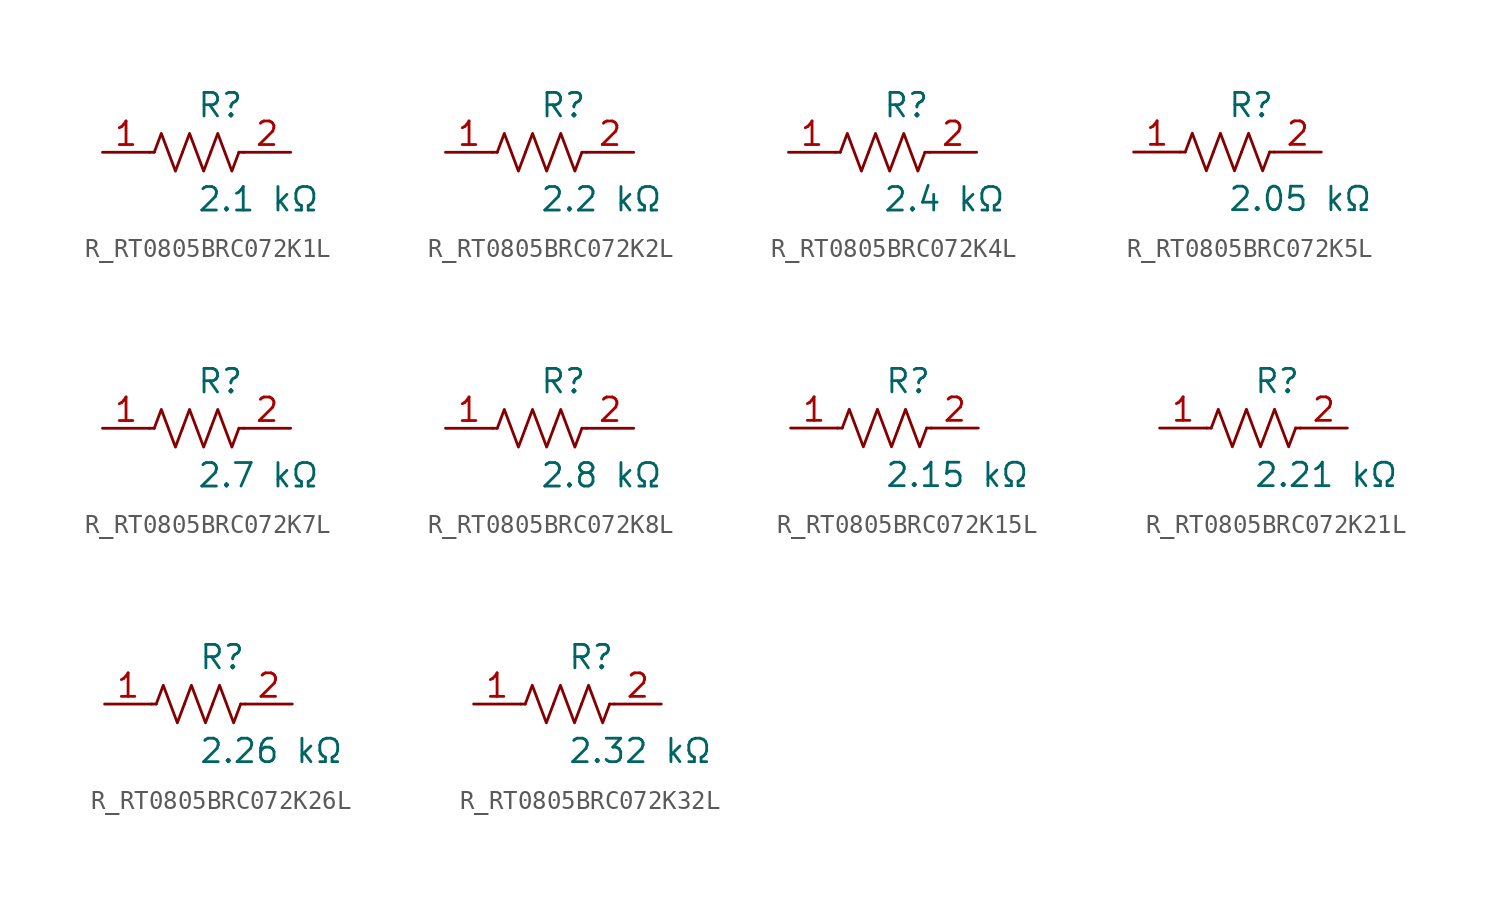
<source format=kicad_sym>
(kicad_symbol_lib
  (version 20231120)
  (generator kicad_symbol_editor)
  (generator_version 8.0)
  (symbol "R_RT0805BRC072K1L"
    (pin_names
      (offset 0.254))
    (property "Reference" "R"
      (at 0.0 2.54 0)
      (effects (font (size 1.27 1.27)) (justify left)))
    (property "Value" "2.1 kΩ"
      (at 0.0 -2.54 0)
      (effects (font (size 1.27 1.27)) (justify left)))
    (symbol "R_RT0805BRC072K1L_0_1"
      (polyline (pts (xy 2.286 0) (xy 2.54 0)) (stroke (width 0) (type default)) (fill (type none)))
      (polyline (pts (xy -2.286 0) (xy -2.54 0)) (stroke (width 0) (type default)) (fill (type none)))
      (polyline (pts (xy 0.762 0) (xy 1.143 1.016) (xy 1.524 0) (xy 1.905 -1.016) (xy 2.286 0)) (stroke (width 0) (type default)) (fill (type none)))
      (polyline (pts (xy -0.762 0) (xy -0.381 1.016) (xy 0 0) (xy 0.381 -1.016) (xy 0.762 0)) (stroke (width 0) (type default)) (fill (type none)))
      (polyline (pts (xy -2.286 0) (xy -1.905 1.016) (xy -1.524 0) (xy -1.143 -1.016) (xy -0.762 0)) (stroke (width 0) (type default)) (fill (type none))))
    (pin unspecified line
      (at -5.08 0 0)
      (length 2.54)
      (name "" (effects (font (size 1.27 1.27))))
      (number "1" (effects (font (size 1.27 1.27)))))
    (pin unspecified line
      (at 5.08 0 180)
      (length 2.54)
      (name "" (effects (font (size 1.27 1.27))))
      (number "2" (effects (font (size 1.27 1.27))))))
  (symbol "R_RT0805BRC072K2L"
    (pin_names
      (offset 0.254))
    (property "Reference" "R"
      (at 0.0 2.54 0)
      (effects (font (size 1.27 1.27)) (justify left)))
    (property "Value" "2.2 kΩ"
      (at 0.0 -2.54 0)
      (effects (font (size 1.27 1.27)) (justify left)))
    (symbol "R_RT0805BRC072K2L_0_1"
      (polyline (pts (xy 2.286 0) (xy 2.54 0)) (stroke (width 0) (type default)) (fill (type none)))
      (polyline (pts (xy -2.286 0) (xy -2.54 0)) (stroke (width 0) (type default)) (fill (type none)))
      (polyline (pts (xy 0.762 0) (xy 1.143 1.016) (xy 1.524 0) (xy 1.905 -1.016) (xy 2.286 0)) (stroke (width 0) (type default)) (fill (type none)))
      (polyline (pts (xy -0.762 0) (xy -0.381 1.016) (xy 0 0) (xy 0.381 -1.016) (xy 0.762 0)) (stroke (width 0) (type default)) (fill (type none)))
      (polyline (pts (xy -2.286 0) (xy -1.905 1.016) (xy -1.524 0) (xy -1.143 -1.016) (xy -0.762 0)) (stroke (width 0) (type default)) (fill (type none))))
    (pin unspecified line
      (at -5.08 0 0)
      (length 2.54)
      (name "" (effects (font (size 1.27 1.27))))
      (number "1" (effects (font (size 1.27 1.27)))))
    (pin unspecified line
      (at 5.08 0 180)
      (length 2.54)
      (name "" (effects (font (size 1.27 1.27))))
      (number "2" (effects (font (size 1.27 1.27))))))
  (symbol "R_RT0805BRC072K4L"
    (pin_names
      (offset 0.254))
    (property "Reference" "R"
      (at 0.0 2.54 0)
      (effects (font (size 1.27 1.27)) (justify left)))
    (property "Value" "2.4 kΩ"
      (at 0.0 -2.54 0)
      (effects (font (size 1.27 1.27)) (justify left)))
    (symbol "R_RT0805BRC072K4L_0_1"
      (polyline (pts (xy 2.286 0) (xy 2.54 0)) (stroke (width 0) (type default)) (fill (type none)))
      (polyline (pts (xy -2.286 0) (xy -2.54 0)) (stroke (width 0) (type default)) (fill (type none)))
      (polyline (pts (xy 0.762 0) (xy 1.143 1.016) (xy 1.524 0) (xy 1.905 -1.016) (xy 2.286 0)) (stroke (width 0) (type default)) (fill (type none)))
      (polyline (pts (xy -0.762 0) (xy -0.381 1.016) (xy 0 0) (xy 0.381 -1.016) (xy 0.762 0)) (stroke (width 0) (type default)) (fill (type none)))
      (polyline (pts (xy -2.286 0) (xy -1.905 1.016) (xy -1.524 0) (xy -1.143 -1.016) (xy -0.762 0)) (stroke (width 0) (type default)) (fill (type none))))
    (pin unspecified line
      (at -5.08 0 0)
      (length 2.54)
      (name "" (effects (font (size 1.27 1.27))))
      (number "1" (effects (font (size 1.27 1.27)))))
    (pin unspecified line
      (at 5.08 0 180)
      (length 2.54)
      (name "" (effects (font (size 1.27 1.27))))
      (number "2" (effects (font (size 1.27 1.27))))))
  (symbol "R_RT0805BRC072K5L"
    (pin_names
      (offset 0.254))
    (property "Reference" "R"
      (at 0.0 2.54 0)
      (effects (font (size 1.27 1.27)) (justify left)))
    (property "Value" "2.05 kΩ"
      (at 0.0 -2.54 0)
      (effects (font (size 1.27 1.27)) (justify left)))
    (symbol "R_RT0805BRC072K5L_0_1"
      (polyline (pts (xy 2.286 0) (xy 2.54 0)) (stroke (width 0) (type default)) (fill (type none)))
      (polyline (pts (xy -2.286 0) (xy -2.54 0)) (stroke (width 0) (type default)) (fill (type none)))
      (polyline (pts (xy 0.762 0) (xy 1.143 1.016) (xy 1.524 0) (xy 1.905 -1.016) (xy 2.286 0)) (stroke (width 0) (type default)) (fill (type none)))
      (polyline (pts (xy -0.762 0) (xy -0.381 1.016) (xy 0 0) (xy 0.381 -1.016) (xy 0.762 0)) (stroke (width 0) (type default)) (fill (type none)))
      (polyline (pts (xy -2.286 0) (xy -1.905 1.016) (xy -1.524 0) (xy -1.143 -1.016) (xy -0.762 0)) (stroke (width 0) (type default)) (fill (type none))))
    (pin unspecified line
      (at -5.08 0 0)
      (length 2.54)
      (name "" (effects (font (size 1.27 1.27))))
      (number "1" (effects (font (size 1.27 1.27)))))
    (pin unspecified line
      (at 5.08 0 180)
      (length 2.54)
      (name "" (effects (font (size 1.27 1.27))))
      (number "2" (effects (font (size 1.27 1.27))))))
  (symbol "R_RT0805BRC072K7L"
    (pin_names
      (offset 0.254))
    (property "Reference" "R"
      (at 0.0 2.54 0)
      (effects (font (size 1.27 1.27)) (justify left)))
    (property "Value" "2.7 kΩ"
      (at 0.0 -2.54 0)
      (effects (font (size 1.27 1.27)) (justify left)))
    (symbol "R_RT0805BRC072K7L_0_1"
      (polyline (pts (xy 2.286 0) (xy 2.54 0)) (stroke (width 0) (type default)) (fill (type none)))
      (polyline (pts (xy -2.286 0) (xy -2.54 0)) (stroke (width 0) (type default)) (fill (type none)))
      (polyline (pts (xy 0.762 0) (xy 1.143 1.016) (xy 1.524 0) (xy 1.905 -1.016) (xy 2.286 0)) (stroke (width 0) (type default)) (fill (type none)))
      (polyline (pts (xy -0.762 0) (xy -0.381 1.016) (xy 0 0) (xy 0.381 -1.016) (xy 0.762 0)) (stroke (width 0) (type default)) (fill (type none)))
      (polyline (pts (xy -2.286 0) (xy -1.905 1.016) (xy -1.524 0) (xy -1.143 -1.016) (xy -0.762 0)) (stroke (width 0) (type default)) (fill (type none))))
    (pin unspecified line
      (at -5.08 0 0)
      (length 2.54)
      (name "" (effects (font (size 1.27 1.27))))
      (number "1" (effects (font (size 1.27 1.27)))))
    (pin unspecified line
      (at 5.08 0 180)
      (length 2.54)
      (name "" (effects (font (size 1.27 1.27))))
      (number "2" (effects (font (size 1.27 1.27))))))
  (symbol "R_RT0805BRC072K8L"
    (pin_names
      (offset 0.254))
    (property "Reference" "R"
      (at 0.0 2.54 0)
      (effects (font (size 1.27 1.27)) (justify left)))
    (property "Value" "2.8 kΩ"
      (at 0.0 -2.54 0)
      (effects (font (size 1.27 1.27)) (justify left)))
    (symbol "R_RT0805BRC072K8L_0_1"
      (polyline (pts (xy 2.286 0) (xy 2.54 0)) (stroke (width 0) (type default)) (fill (type none)))
      (polyline (pts (xy -2.286 0) (xy -2.54 0)) (stroke (width 0) (type default)) (fill (type none)))
      (polyline (pts (xy 0.762 0) (xy 1.143 1.016) (xy 1.524 0) (xy 1.905 -1.016) (xy 2.286 0)) (stroke (width 0) (type default)) (fill (type none)))
      (polyline (pts (xy -0.762 0) (xy -0.381 1.016) (xy 0 0) (xy 0.381 -1.016) (xy 0.762 0)) (stroke (width 0) (type default)) (fill (type none)))
      (polyline (pts (xy -2.286 0) (xy -1.905 1.016) (xy -1.524 0) (xy -1.143 -1.016) (xy -0.762 0)) (stroke (width 0) (type default)) (fill (type none))))
    (pin unspecified line
      (at -5.08 0 0)
      (length 2.54)
      (name "" (effects (font (size 1.27 1.27))))
      (number "1" (effects (font (size 1.27 1.27)))))
    (pin unspecified line
      (at 5.08 0 180)
      (length 2.54)
      (name "" (effects (font (size 1.27 1.27))))
      (number "2" (effects (font (size 1.27 1.27))))))
  (symbol "R_RT0805BRC072K15L"
    (pin_names
      (offset 0.254))
    (property "Reference" "R"
      (at 0.0 2.54 0)
      (effects (font (size 1.27 1.27)) (justify left)))
    (property "Value" "2.15 kΩ"
      (at 0.0 -2.54 0)
      (effects (font (size 1.27 1.27)) (justify left)))
    (symbol "R_RT0805BRC072K15L_0_1"
      (polyline (pts (xy 2.286 0) (xy 2.54 0)) (stroke (width 0) (type default)) (fill (type none)))
      (polyline (pts (xy -2.286 0) (xy -2.54 0)) (stroke (width 0) (type default)) (fill (type none)))
      (polyline (pts (xy 0.762 0) (xy 1.143 1.016) (xy 1.524 0) (xy 1.905 -1.016) (xy 2.286 0)) (stroke (width 0) (type default)) (fill (type none)))
      (polyline (pts (xy -0.762 0) (xy -0.381 1.016) (xy 0 0) (xy 0.381 -1.016) (xy 0.762 0)) (stroke (width 0) (type default)) (fill (type none)))
      (polyline (pts (xy -2.286 0) (xy -1.905 1.016) (xy -1.524 0) (xy -1.143 -1.016) (xy -0.762 0)) (stroke (width 0) (type default)) (fill (type none))))
    (pin unspecified line
      (at -5.08 0 0)
      (length 2.54)
      (name "" (effects (font (size 1.27 1.27))))
      (number "1" (effects (font (size 1.27 1.27)))))
    (pin unspecified line
      (at 5.08 0 180)
      (length 2.54)
      (name "" (effects (font (size 1.27 1.27))))
      (number "2" (effects (font (size 1.27 1.27))))))
  (symbol "R_RT0805BRC072K21L"
    (pin_names
      (offset 0.254))
    (property "Reference" "R"
      (at 0.0 2.54 0)
      (effects (font (size 1.27 1.27)) (justify left)))
    (property "Value" "2.21 kΩ"
      (at 0.0 -2.54 0)
      (effects (font (size 1.27 1.27)) (justify left)))
    (symbol "R_RT0805BRC072K21L_0_1"
      (polyline (pts (xy 2.286 0) (xy 2.54 0)) (stroke (width 0) (type default)) (fill (type none)))
      (polyline (pts (xy -2.286 0) (xy -2.54 0)) (stroke (width 0) (type default)) (fill (type none)))
      (polyline (pts (xy 0.762 0) (xy 1.143 1.016) (xy 1.524 0) (xy 1.905 -1.016) (xy 2.286 0)) (stroke (width 0) (type default)) (fill (type none)))
      (polyline (pts (xy -0.762 0) (xy -0.381 1.016) (xy 0 0) (xy 0.381 -1.016) (xy 0.762 0)) (stroke (width 0) (type default)) (fill (type none)))
      (polyline (pts (xy -2.286 0) (xy -1.905 1.016) (xy -1.524 0) (xy -1.143 -1.016) (xy -0.762 0)) (stroke (width 0) (type default)) (fill (type none))))
    (pin unspecified line
      (at -5.08 0 0)
      (length 2.54)
      (name "" (effects (font (size 1.27 1.27))))
      (number "1" (effects (font (size 1.27 1.27)))))
    (pin unspecified line
      (at 5.08 0 180)
      (length 2.54)
      (name "" (effects (font (size 1.27 1.27))))
      (number "2" (effects (font (size 1.27 1.27))))))
  (symbol "R_RT0805BRC072K26L"
    (pin_names
      (offset 0.254))
    (property "Reference" "R"
      (at 0.0 2.54 0)
      (effects (font (size 1.27 1.27)) (justify left)))
    (property "Value" "2.26 kΩ"
      (at 0.0 -2.54 0)
      (effects (font (size 1.27 1.27)) (justify left)))
    (symbol "R_RT0805BRC072K26L_0_1"
      (polyline (pts (xy 2.286 0) (xy 2.54 0)) (stroke (width 0) (type default)) (fill (type none)))
      (polyline (pts (xy -2.286 0) (xy -2.54 0)) (stroke (width 0) (type default)) (fill (type none)))
      (polyline (pts (xy 0.762 0) (xy 1.143 1.016) (xy 1.524 0) (xy 1.905 -1.016) (xy 2.286 0)) (stroke (width 0) (type default)) (fill (type none)))
      (polyline (pts (xy -0.762 0) (xy -0.381 1.016) (xy 0 0) (xy 0.381 -1.016) (xy 0.762 0)) (stroke (width 0) (type default)) (fill (type none)))
      (polyline (pts (xy -2.286 0) (xy -1.905 1.016) (xy -1.524 0) (xy -1.143 -1.016) (xy -0.762 0)) (stroke (width 0) (type default)) (fill (type none))))
    (pin unspecified line
      (at -5.08 0 0)
      (length 2.54)
      (name "" (effects (font (size 1.27 1.27))))
      (number "1" (effects (font (size 1.27 1.27)))))
    (pin unspecified line
      (at 5.08 0 180)
      (length 2.54)
      (name "" (effects (font (size 1.27 1.27))))
      (number "2" (effects (font (size 1.27 1.27))))))
  (symbol "R_RT0805BRC072K32L"
    (pin_names
      (offset 0.254))
    (property "Reference" "R"
      (at 0.0 2.54 0)
      (effects (font (size 1.27 1.27)) (justify left)))
    (property "Value" "2.32 kΩ"
      (at 0.0 -2.54 0)
      (effects (font (size 1.27 1.27)) (justify left)))
    (symbol "R_RT0805BRC072K32L_0_1"
      (polyline (pts (xy 2.286 0) (xy 2.54 0)) (stroke (width 0) (type default)) (fill (type none)))
      (polyline (pts (xy -2.286 0) (xy -2.54 0)) (stroke (width 0) (type default)) (fill (type none)))
      (polyline (pts (xy 0.762 0) (xy 1.143 1.016) (xy 1.524 0) (xy 1.905 -1.016) (xy 2.286 0)) (stroke (width 0) (type default)) (fill (type none)))
      (polyline (pts (xy -0.762 0) (xy -0.381 1.016) (xy 0 0) (xy 0.381 -1.016) (xy 0.762 0)) (stroke (width 0) (type default)) (fill (type none)))
      (polyline (pts (xy -2.286 0) (xy -1.905 1.016) (xy -1.524 0) (xy -1.143 -1.016) (xy -0.762 0)) (stroke (width 0) (type default)) (fill (type none))))
    (pin unspecified line
      (at -5.08 0 0)
      (length 2.54)
      (name "" (effects (font (size 1.27 1.27))))
      (number "1" (effects (font (size 1.27 1.27)))))
    (pin unspecified line
      (at 5.08 0 180)
      (length 2.54)
      (name "" (effects (font (size 1.27 1.27))))
      (number "2" (effects (font (size 1.27 1.27)))))))
</source>
